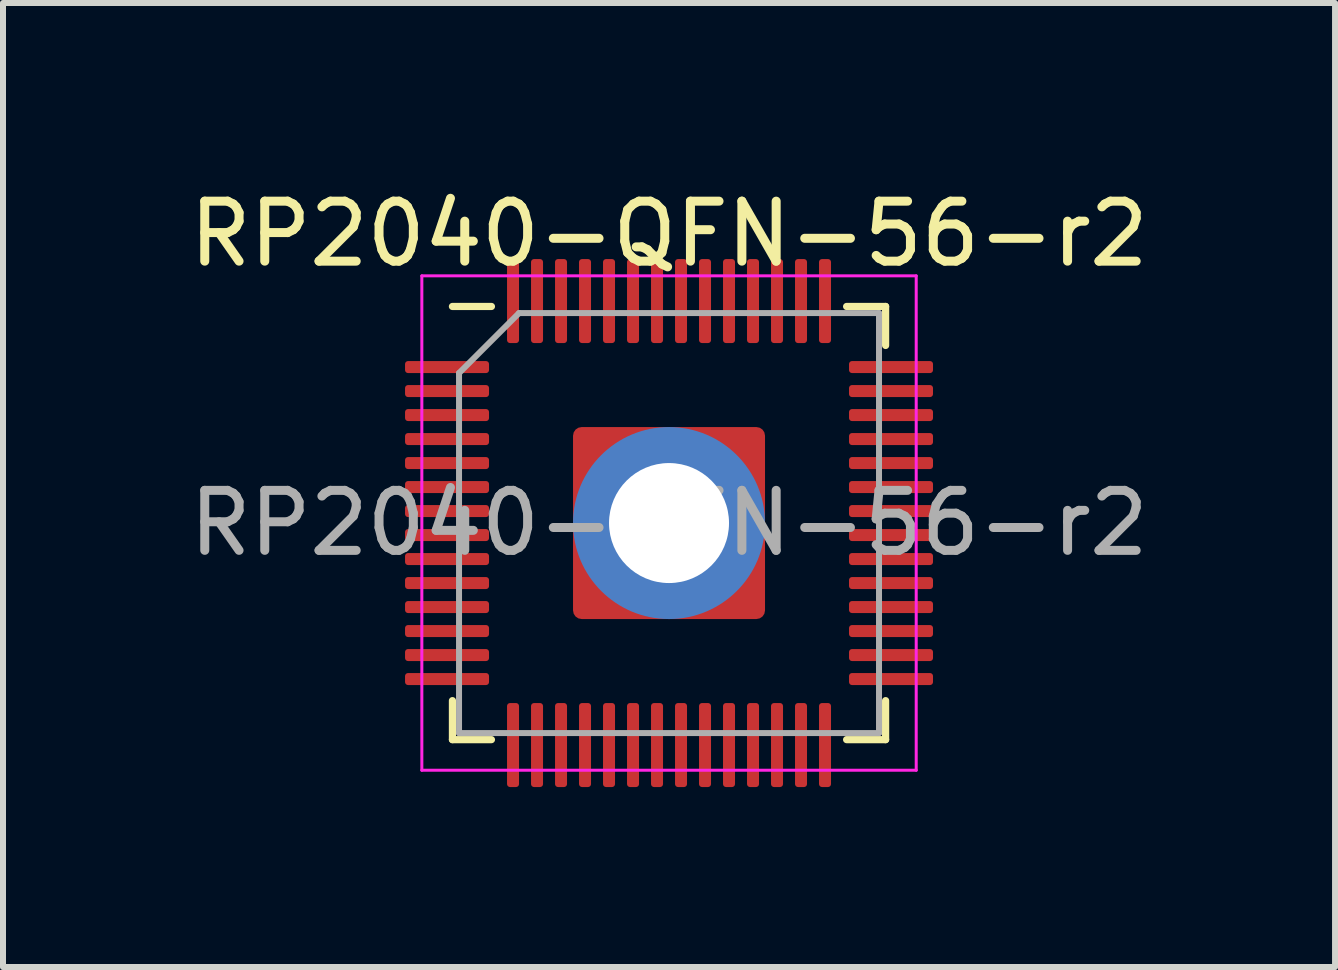
<source format=kicad_pcb>
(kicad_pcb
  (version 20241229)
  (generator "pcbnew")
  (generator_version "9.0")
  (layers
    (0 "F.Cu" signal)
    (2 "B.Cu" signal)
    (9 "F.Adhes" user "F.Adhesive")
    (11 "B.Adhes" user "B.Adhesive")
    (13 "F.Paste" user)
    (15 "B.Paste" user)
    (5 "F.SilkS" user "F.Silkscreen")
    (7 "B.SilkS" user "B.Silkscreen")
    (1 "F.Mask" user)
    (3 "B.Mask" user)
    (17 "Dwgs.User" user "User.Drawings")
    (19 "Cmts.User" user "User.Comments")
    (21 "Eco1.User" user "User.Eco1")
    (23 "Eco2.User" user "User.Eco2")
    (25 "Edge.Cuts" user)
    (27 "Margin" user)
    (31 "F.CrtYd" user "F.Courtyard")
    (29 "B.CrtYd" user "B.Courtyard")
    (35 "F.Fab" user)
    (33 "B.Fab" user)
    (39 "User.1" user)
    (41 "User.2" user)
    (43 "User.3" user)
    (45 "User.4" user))
  (footprint "RP2040-QFN-56-r2"
    (layer "F.Cu")
    (at 8.101 5.668)
    (property "Reference" "RP2040-QFN-56-r2" (at 0 -4.82 0) (layer "F.SilkS") (effects (font (size 1 1) (thickness 0.15))))
    (attr smd)
    (fp_line (start -3.61 3.61) (end -3.61 2.96) (stroke (width 0.12) (type solid)) (layer "F.SilkS"))
    (fp_line (start -2.96 -3.61) (end -3.61 -3.61) (stroke (width 0.12) (type solid)) (layer "F.SilkS"))
    (fp_line (start -2.96 3.61) (end -3.61 3.61) (stroke (width 0.12) (type solid)) (layer "F.SilkS"))
    (fp_line (start 2.96 -3.61) (end 3.61 -3.61) (stroke (width 0.12) (type solid)) (layer "F.SilkS"))
    (fp_line (start 2.96 3.61) (end 3.61 3.61) (stroke (width 0.12) (type solid)) (layer "F.SilkS"))
    (fp_line (start 3.61 -3.61) (end 3.61 -2.96) (stroke (width 0.12) (type solid)) (layer "F.SilkS"))
    (fp_line (start 3.61 3.61) (end 3.61 2.96) (stroke (width 0.12) (type solid)) (layer "F.SilkS"))
    (fp_line (start -4.12 -4.12) (end -4.12 4.12) (stroke (width 0.05) (type solid)) (layer "F.CrtYd"))
    (fp_line (start -4.12 4.12) (end 4.12 4.12) (stroke (width 0.05) (type solid)) (layer "F.CrtYd"))
    (fp_line (start 4.12 -4.12) (end -4.12 -4.12) (stroke (width 0.05) (type solid)) (layer "F.CrtYd"))
    (fp_line (start 4.12 4.12) (end 4.12 -4.12) (stroke (width 0.05) (type solid)) (layer "F.CrtYd"))
    (fp_line (start -3.5 -2.5) (end -2.5 -3.5) (stroke (width 0.1) (type solid)) (layer "F.Fab"))
    (fp_line (start -3.5 3.5) (end -3.5 -2.5) (stroke (width 0.1) (type solid)) (layer "F.Fab"))
    (fp_line (start -2.5 -3.5) (end 3.5 -3.5) (stroke (width 0.1) (type solid)) (layer "F.Fab"))
    (fp_line (start 3.5 -3.5) (end 3.5 3.5) (stroke (width 0.1) (type solid)) (layer "F.Fab"))
    (fp_line (start 3.5 3.5) (end -3.5 3.5) (stroke (width 0.1) (type solid)) (layer "F.Fab"))
    (fp_text user "${REFERENCE}" (at 0 0 0) (layer "F.Fab") (effects (font (size 1 1) (thickness 0.15))))
    (pad "1" smd roundrect (at -3.7 -2.6) (size 1.4 0.2) (layers "F.Cu" "F.Mask" "F.Paste") (roundrect_rratio 0.25))
    (pad "2" smd roundrect (at -3.7 -2.2) (size 1.4 0.2) (layers "F.Cu" "F.Mask" "F.Paste") (roundrect_rratio 0.25))
    (pad "3" smd roundrect (at -3.7 -1.8) (size 1.4 0.2) (layers "F.Cu" "F.Mask" "F.Paste") (roundrect_rratio 0.25))
    (pad "4" smd roundrect (at -3.7 -1.4) (size 1.4 0.2) (layers "F.Cu" "F.Mask" "F.Paste") (roundrect_rratio 0.25))
    (pad "5" smd roundrect (at -3.7 -1) (size 1.4 0.2) (layers "F.Cu" "F.Mask" "F.Paste") (roundrect_rratio 0.25))
    (pad "6" smd roundrect (at -3.7 -0.6) (size 1.4 0.2) (layers "F.Cu" "F.Mask" "F.Paste") (roundrect_rratio 0.25))
    (pad "7" smd roundrect (at -3.7 -0.2) (size 1.4 0.2) (layers "F.Cu" "F.Mask" "F.Paste") (roundrect_rratio 0.25))
    (pad "8" smd roundrect (at -3.7 0.2) (size 1.4 0.2) (layers "F.Cu" "F.Mask" "F.Paste") (roundrect_rratio 0.25))
    (pad "9" smd roundrect (at -3.7 0.6) (size 1.4 0.2) (layers "F.Cu" "F.Mask" "F.Paste") (roundrect_rratio 0.25))
    (pad "10" smd roundrect (at -3.7 1) (size 1.4 0.2) (layers "F.Cu" "F.Mask" "F.Paste") (roundrect_rratio 0.25))
    (pad "11" smd roundrect (at -3.7 1.4) (size 1.4 0.2) (layers "F.Cu" "F.Mask" "F.Paste") (roundrect_rratio 0.25))
    (pad "12" smd roundrect (at -3.7 1.8) (size 1.4 0.2) (layers "F.Cu" "F.Mask" "F.Paste") (roundrect_rratio 0.25))
    (pad "13" smd roundrect (at -3.7 2.2) (size 1.4 0.2) (layers "F.Cu" "F.Mask" "F.Paste") (roundrect_rratio 0.25))
    (pad "14" smd roundrect (at -3.7 2.6) (size 1.4 0.2) (layers "F.Cu" "F.Mask" "F.Paste") (roundrect_rratio 0.25))
    (pad "15" smd roundrect (at -2.6 3.7) (size 0.2 1.4) (layers "F.Cu" "F.Mask" "F.Paste") (roundrect_rratio 0.25))
    (pad "16" smd roundrect (at -2.2 3.7) (size 0.2 1.4) (layers "F.Cu" "F.Mask" "F.Paste") (roundrect_rratio 0.25))
    (pad "17" smd roundrect (at -1.8 3.7) (size 0.2 1.4) (layers "F.Cu" "F.Mask" "F.Paste") (roundrect_rratio 0.25))
    (pad "18" smd roundrect (at -1.4 3.7) (size 0.2 1.4) (layers "F.Cu" "F.Mask" "F.Paste") (roundrect_rratio 0.25))
    (pad "19" smd roundrect (at -1 3.7) (size 0.2 1.4) (layers "F.Cu" "F.Mask" "F.Paste") (roundrect_rratio 0.25))
    (pad "20" smd roundrect (at -0.6 3.7) (size 0.2 1.4) (layers "F.Cu" "F.Mask" "F.Paste") (roundrect_rratio 0.25))
    (pad "21" smd roundrect (at -0.2 3.7) (size 0.2 1.4) (layers "F.Cu" "F.Mask" "F.Paste") (roundrect_rratio 0.25))
    (pad "22" smd roundrect (at 0.2 3.7) (size 0.2 1.4) (layers "F.Cu" "F.Mask" "F.Paste") (roundrect_rratio 0.25))
    (pad "23" smd roundrect (at 0.6 3.7) (size 0.2 1.4) (layers "F.Cu" "F.Mask" "F.Paste") (roundrect_rratio 0.25))
    (pad "24" smd roundrect (at 1 3.7) (size 0.2 1.4) (layers "F.Cu" "F.Mask" "F.Paste") (roundrect_rratio 0.25))
    (pad "25" smd roundrect (at 1.4 3.7) (size 0.2 1.4) (layers "F.Cu" "F.Mask" "F.Paste") (roundrect_rratio 0.25))
    (pad "26" smd roundrect (at 1.8 3.7) (size 0.2 1.4) (layers "F.Cu" "F.Mask" "F.Paste") (roundrect_rratio 0.25))
    (pad "27" smd roundrect (at 2.2 3.7) (size 0.2 1.4) (layers "F.Cu" "F.Mask" "F.Paste") (roundrect_rratio 0.25))
    (pad "28" smd roundrect (at 2.6 3.7) (size 0.2 1.4) (layers "F.Cu" "F.Mask" "F.Paste") (roundrect_rratio 0.25))
    (pad "29" smd roundrect (at 3.7 2.6) (size 1.4 0.2) (layers "F.Cu" "F.Mask" "F.Paste") (roundrect_rratio 0.25))
    (pad "30" smd roundrect (at 3.7 2.2) (size 1.4 0.2) (layers "F.Cu" "F.Mask" "F.Paste") (roundrect_rratio 0.25))
    (pad "31" smd roundrect (at 3.7 1.8) (size 1.4 0.2) (layers "F.Cu" "F.Mask" "F.Paste") (roundrect_rratio 0.25))
    (pad "32" smd roundrect (at 3.7 1.4) (size 1.4 0.2) (layers "F.Cu" "F.Mask" "F.Paste") (roundrect_rratio 0.25))
    (pad "33" smd roundrect (at 3.7 1) (size 1.4 0.2) (layers "F.Cu" "F.Mask" "F.Paste") (roundrect_rratio 0.25))
    (pad "34" smd roundrect (at 3.7 0.6) (size 1.4 0.2) (layers "F.Cu" "F.Mask" "F.Paste") (roundrect_rratio 0.25))
    (pad "35" smd roundrect (at 3.7 0.2) (size 1.4 0.2) (layers "F.Cu" "F.Mask" "F.Paste") (roundrect_rratio 0.25))
    (pad "36" smd roundrect (at 3.7 -0.2) (size 1.4 0.2) (layers "F.Cu" "F.Mask" "F.Paste") (roundrect_rratio 0.25))
    (pad "37" smd roundrect (at 3.7 -0.6) (size 1.4 0.2) (layers "F.Cu" "F.Mask" "F.Paste") (roundrect_rratio 0.25))
    (pad "38" smd roundrect (at 3.7 -1) (size 1.4 0.2) (layers "F.Cu" "F.Mask" "F.Paste") (roundrect_rratio 0.25))
    (pad "39" smd roundrect (at 3.7 -1.4) (size 1.4 0.2) (layers "F.Cu" "F.Mask" "F.Paste") (roundrect_rratio 0.25))
    (pad "40" smd roundrect (at 3.7 -1.8) (size 1.4 0.2) (layers "F.Cu" "F.Mask" "F.Paste") (roundrect_rratio 0.25))
    (pad "41" smd roundrect (at 3.7 -2.2) (size 1.4 0.2) (layers "F.Cu" "F.Mask" "F.Paste") (roundrect_rratio 0.25))
    (pad "42" smd roundrect (at 3.7 -2.6) (size 1.4 0.2) (layers "F.Cu" "F.Mask" "F.Paste") (roundrect_rratio 0.25))
    (pad "43" smd roundrect (at 2.6 -3.7) (size 0.2 1.4) (layers "F.Cu" "F.Mask" "F.Paste") (roundrect_rratio 0.25))
    (pad "44" smd roundrect (at 2.2 -3.7) (size 0.2 1.4) (layers "F.Cu" "F.Mask" "F.Paste") (roundrect_rratio 0.25))
    (pad "45" smd roundrect (at 1.8 -3.7) (size 0.2 1.4) (layers "F.Cu" "F.Mask" "F.Paste") (roundrect_rratio 0.25))
    (pad "46" smd roundrect (at 1.4 -3.7) (size 0.2 1.4) (layers "F.Cu" "F.Mask" "F.Paste") (roundrect_rratio 0.25))
    (pad "47" smd roundrect (at 1 -3.7) (size 0.2 1.4) (layers "F.Cu" "F.Mask" "F.Paste") (roundrect_rratio 0.25))
    (pad "48" smd roundrect (at 0.6 -3.7) (size 0.2 1.4) (layers "F.Cu" "F.Mask" "F.Paste") (roundrect_rratio 0.25))
    (pad "49" smd roundrect (at 0.2 -3.7) (size 0.2 1.4) (layers "F.Cu" "F.Mask" "F.Paste") (roundrect_rratio 0.25))
    (pad "50" smd roundrect (at -0.2 -3.7) (size 0.2 1.4) (layers "F.Cu" "F.Mask" "F.Paste") (roundrect_rratio 0.25))
    (pad "51" smd roundrect (at -0.6 -3.7) (size 0.2 1.4) (layers "F.Cu" "F.Mask" "F.Paste") (roundrect_rratio 0.25))
    (pad "52" smd roundrect (at -1 -3.7) (size 0.2 1.4) (layers "F.Cu" "F.Mask" "F.Paste") (roundrect_rratio 0.25))
    (pad "53" smd roundrect (at -1.4 -3.7) (size 0.2 1.4) (layers "F.Cu" "F.Mask" "F.Paste") (roundrect_rratio 0.25))
    (pad "54" smd roundrect (at -1.8 -3.7) (size 0.2 1.4) (layers "F.Cu" "F.Mask" "F.Paste") (roundrect_rratio 0.25))
    (pad "55" smd roundrect (at -2.2 -3.7) (size 0.2 1.4) (layers "F.Cu" "F.Mask" "F.Paste") (roundrect_rratio 0.25))
    (pad "56" smd roundrect (at -2.6 -3.7) (size 0.2 1.4) (layers "F.Cu" "F.Mask" "F.Paste") (roundrect_rratio 0.25))
    (pad "57" thru_hole circle (at 0 0) (size 3.2 3.2) (drill 2) (layers "*.Cu" "B.Mask"))
    (pad "57" smd roundrect (at 0 0) (size 3.2 3.2) (layers "F.Cu" "F.Mask") (roundrect_rratio 0.045)))
  (gr_rect
    (start -3 -3)
    (end 19.202 13.068)
    (stroke (width 0.1) (type default))
    (fill no)
    (layer "Edge.Cuts")))
</source>
